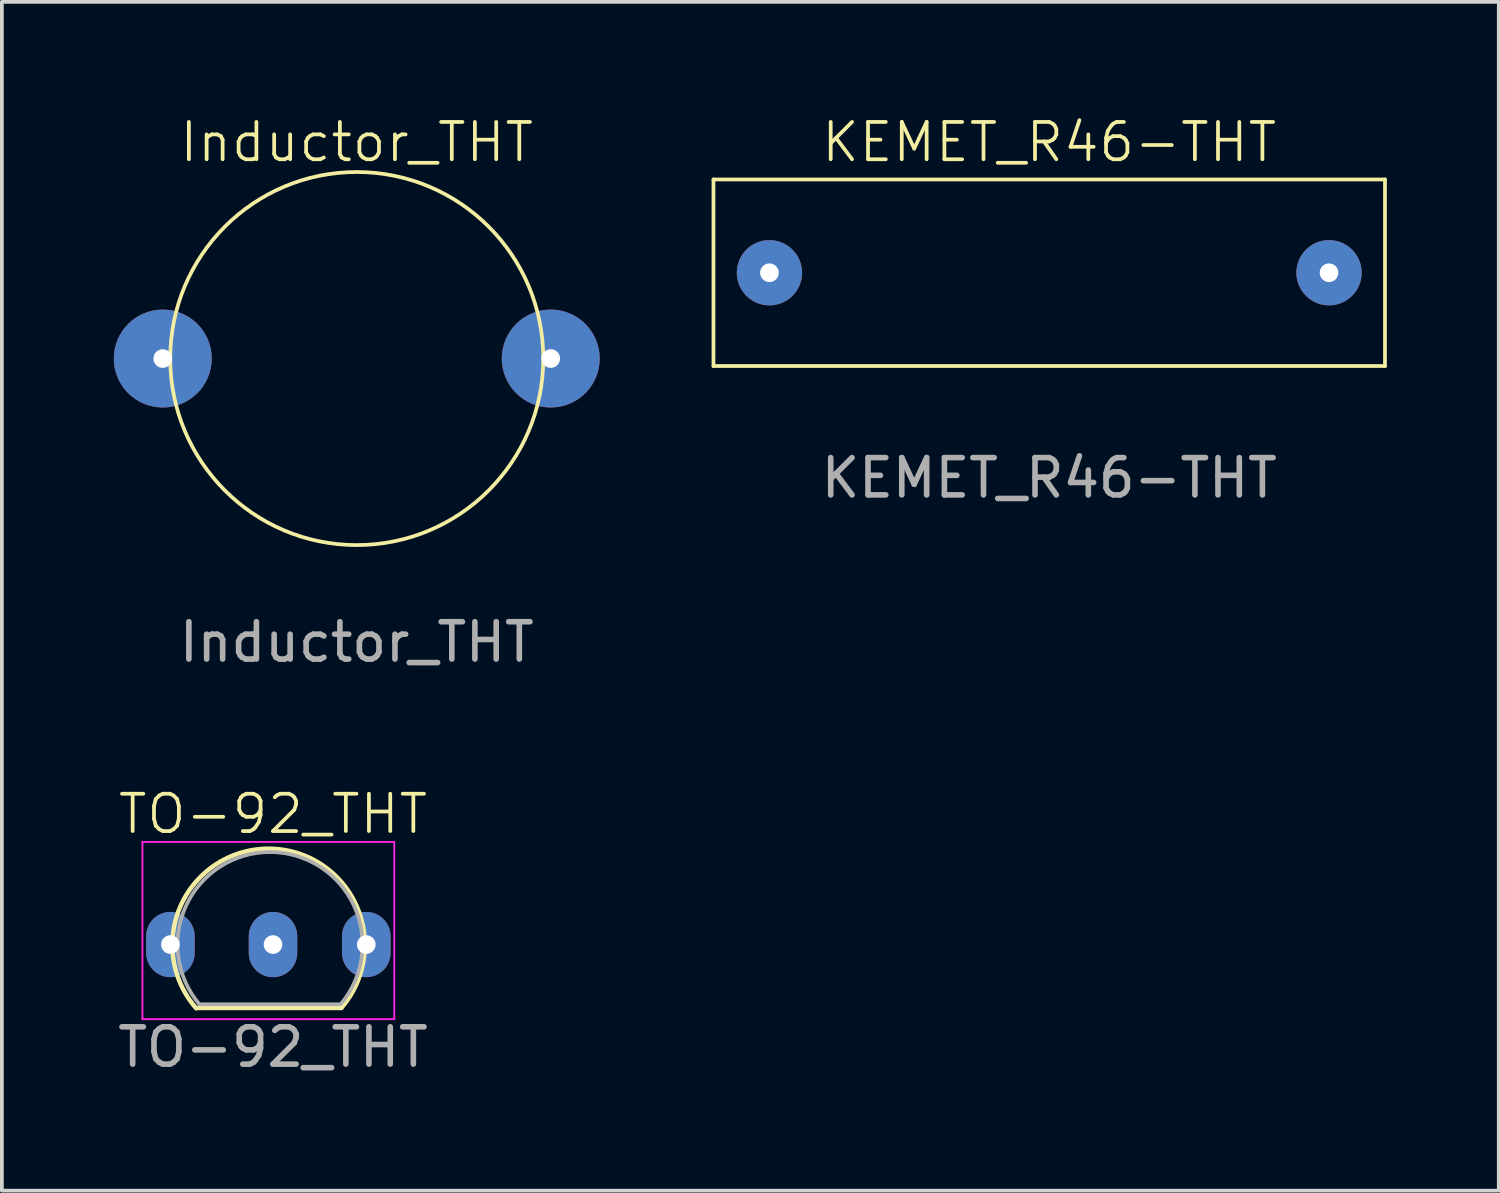
<source format=kicad_pcb>
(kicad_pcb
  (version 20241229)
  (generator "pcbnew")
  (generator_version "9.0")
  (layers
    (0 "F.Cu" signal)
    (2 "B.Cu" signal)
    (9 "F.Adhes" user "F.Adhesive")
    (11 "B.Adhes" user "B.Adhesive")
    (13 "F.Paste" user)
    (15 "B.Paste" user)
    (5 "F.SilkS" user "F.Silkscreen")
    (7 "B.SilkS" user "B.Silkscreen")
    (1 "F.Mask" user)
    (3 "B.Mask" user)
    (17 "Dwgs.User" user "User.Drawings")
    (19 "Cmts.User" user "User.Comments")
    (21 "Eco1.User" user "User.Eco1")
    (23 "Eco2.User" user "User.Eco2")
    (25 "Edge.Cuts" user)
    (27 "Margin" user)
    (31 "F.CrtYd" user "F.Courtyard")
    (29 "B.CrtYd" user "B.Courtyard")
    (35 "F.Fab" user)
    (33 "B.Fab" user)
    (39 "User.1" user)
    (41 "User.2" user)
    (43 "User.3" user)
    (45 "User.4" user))
  (footprint "Inductor_THT"
    (layer "F.Cu")
    (at 6.513 6.561)
    (property "Reference" "Inductor_THT" (at 0 -5.8 0) (unlocked yes) (layer "F.SilkS") (effects (font (size 1 1) (thickness 0.1))))
    (attr smd)
    (fp_circle (center 0 0) (end 5 0) (stroke (width 0.1) (type solid)) (fill no) (layer "F.SilkS"))
    (fp_text user "${REFERENCE}" (at 0 7.6 0) (unlocked yes) (layer "F.Fab") (effects (font (size 1 1) (thickness 0.15))))
    (pad "1" thru_hole circle (at -5.2 0) (size 2.625 2.625) (drill 0.5) (layers "*.Cu" "*.Mask"))
    (pad "2" thru_hole circle (at 5.2 0) (size 2.625 2.625) (drill 0.5) (layers "*.Cu" "*.Mask")))
  (footprint "TO-92_THT"
    (layer "F.Cu")
    (at 4.268 22.269)
    (property "Reference" "TO-92_THT" (at 0 -3.5 0) (unlocked yes) (layer "F.SilkS") (effects (font (size 1 1) (thickness 0.1))))
    (attr smd)
    (fp_line (start -2.02 1.7) (end 1.83 1.7) (stroke (width 0.12) (type solid)) (layer "F.SilkS"))
    (fp_arc (start -2.058611 1.709878) (mid -0.125163 -2.569571) (end 1.83 1.7) (stroke (width 0.12) (type solid)) (layer "F.SilkS"))
    (fp_line (start -3.5 -2.75) (end 3.25 -2.75) (stroke (width 0.05) (type default)) (layer "F.CrtYd"))
    (fp_line (start -3.5 2) (end -3.5 -2.75) (stroke (width 0.05) (type default)) (layer "F.CrtYd"))
    (fp_line (start 3.25 -2.75) (end 3.25 2) (stroke (width 0.05) (type default)) (layer "F.CrtYd"))
    (fp_line (start 3.25 2) (end -3.5 2) (stroke (width 0.05) (type default)) (layer "F.CrtYd"))
    (fp_line (start -1.97 1.6) (end 1.78 1.6) (stroke (width 0.1) (type solid)) (layer "F.Fab"))
    (fp_arc (start -1.972818 1.602385) (mid -2.329924 -1.043188) (end -0.08 -2.48) (stroke (width 0.1) (type solid)) (layer "F.Fab"))
    (fp_arc (start -0.08 -2.48) (mid 2.167211 -1.049019) (end 1.821103 1.592547) (stroke (width 0.1) (type solid)) (layer "F.Fab"))
    (fp_text user "${REFERENCE}" (at 0 2.75 0) (layer "F.Fab") (effects (font (size 1 1) (thickness 0.15))))
    (pad "1" thru_hole oval (at -2.75 0) (size 1.3 1.75) (drill 0.5) (layers "*.Cu" "*.Mask"))
    (pad "2" thru_hole oval (at 0 0) (size 1.3 1.75) (drill 0.5) (layers "*.Cu" "*.Mask"))
    (pad "3" thru_hole oval (at 2.5 0) (size 1.3 1.75) (drill 0.5) (layers "*.Cu" "*.Mask")))
  (footprint "KEMET_R46-THT"
    (layer "F.Cu")
    (at 25.075 4.261)
    (property "Reference" "KEMET_R46-THT" (at 0 -3.5 0) (unlocked yes) (layer "F.SilkS") (effects (font (size 1 1) (thickness 0.1))))
    (attr smd)
    (fp_line (start -9 -2.5) (end -9 2.5) (stroke (width 0.1) (type default)) (layer "F.SilkS"))
    (fp_line (start -9 -2.5) (end 9 -2.5) (stroke (width 0.1) (type default)) (layer "F.SilkS"))
    (fp_line (start -9 2.5) (end 9 2.5) (stroke (width 0.1) (type default)) (layer "F.SilkS"))
    (fp_line (start 9 2.5) (end 9 -2.5) (stroke (width 0.1) (type default)) (layer "F.SilkS"))
    (fp_text user "${REFERENCE}" (at 0 5.5 0) (unlocked yes) (layer "F.Fab") (effects (font (size 1 1) (thickness 0.15))))
    (pad "1" thru_hole circle (at -7.5 0) (size 1.75 1.75) (drill 0.5) (layers "*.Cu" "*.Mask"))
    (pad "2" thru_hole circle (at 7.5 0) (size 1.75 1.75) (drill 0.5) (layers "*.Cu" "*.Mask")))
  (gr_rect
    (start -3 -3)
    (end 37.125 28.867)
    (stroke (width 0.1) (type default))
    (fill no)
    (layer "Edge.Cuts")))
</source>
